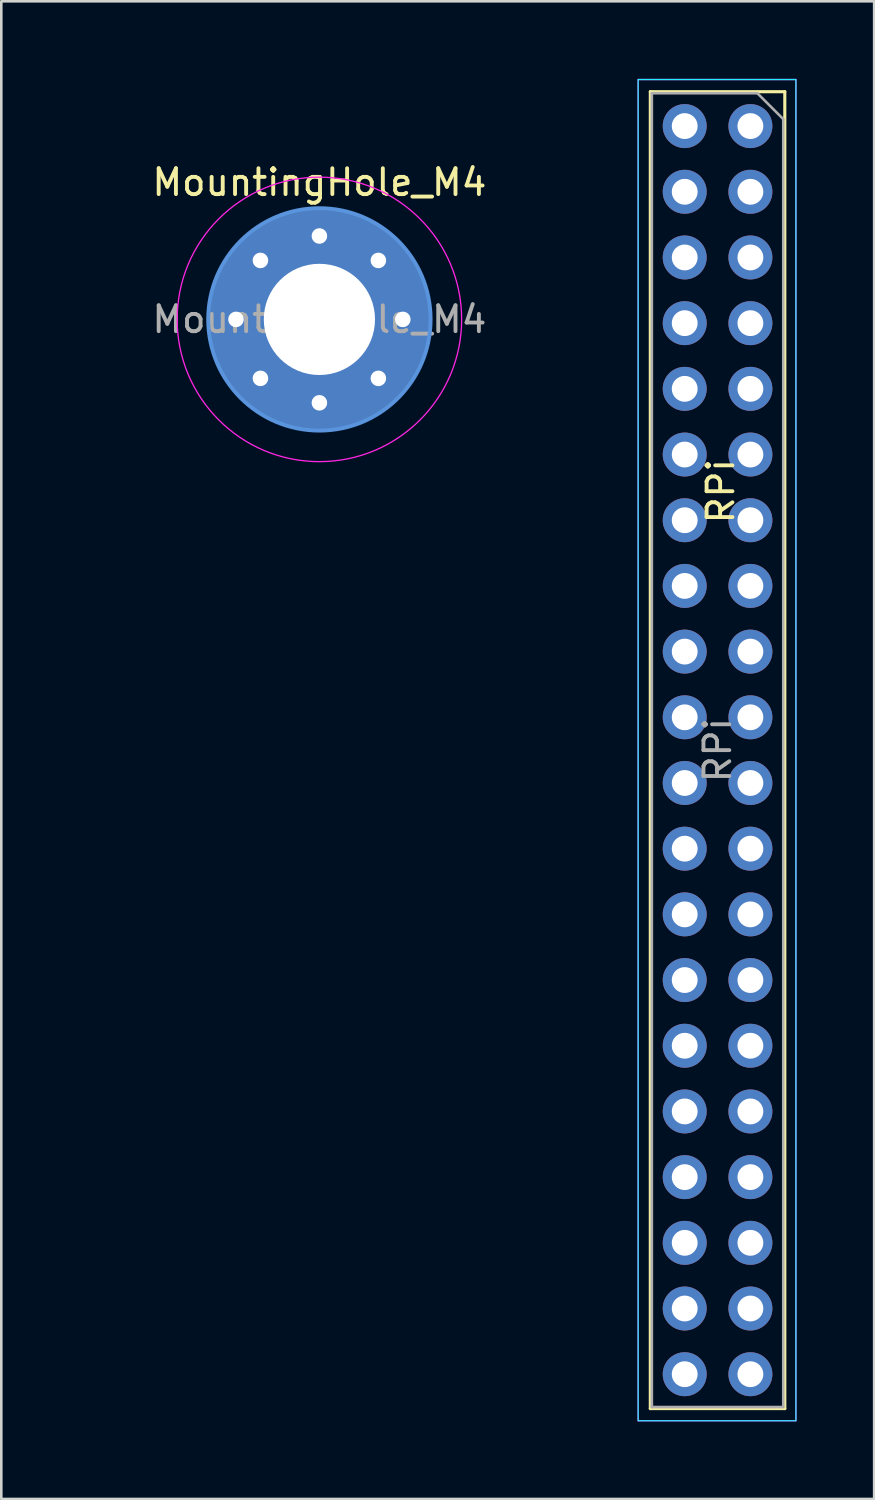
<source format=kicad_pcb>
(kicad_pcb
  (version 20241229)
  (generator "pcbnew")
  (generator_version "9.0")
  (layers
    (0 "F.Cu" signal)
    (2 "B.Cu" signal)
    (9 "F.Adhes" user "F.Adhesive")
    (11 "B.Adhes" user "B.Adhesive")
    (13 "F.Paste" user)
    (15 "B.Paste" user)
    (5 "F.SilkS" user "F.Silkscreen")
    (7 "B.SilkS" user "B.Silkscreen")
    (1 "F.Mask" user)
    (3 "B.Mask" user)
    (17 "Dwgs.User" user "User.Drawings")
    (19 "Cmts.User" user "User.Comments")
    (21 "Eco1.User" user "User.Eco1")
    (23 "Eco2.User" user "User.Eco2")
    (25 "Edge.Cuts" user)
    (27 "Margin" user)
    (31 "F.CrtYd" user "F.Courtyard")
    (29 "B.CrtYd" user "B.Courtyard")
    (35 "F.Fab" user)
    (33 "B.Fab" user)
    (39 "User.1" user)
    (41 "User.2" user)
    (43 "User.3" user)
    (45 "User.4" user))
  (footprint "MountingHole_M4"
    (layer "F.Cu")
    (at 9.3 9.3)
    (property "Reference" "MountingHole_M4" (at 0 -5.3 0) (layer "F.SilkS") (effects (font (size 1 1) (thickness 0.15))))
    (attr exclude_from_pos_files exclude_from_bom)
    (fp_circle (center 0 0) (end 4.3 0) (stroke (width 0.15) (type solid)) (fill no) (layer "Cmts.User"))
    (fp_circle (center 0 0) (end 5.5 0) (stroke (width 0.05) (type solid)) (fill no) (layer "F.CrtYd"))
    (fp_text user "${REFERENCE}" (at 0 0 0) (layer "F.Fab") (effects (font (size 1 1) (thickness 0.15))))
    (pad "1" thru_hole circle (at -3.225 0) (size 0.9 0.9) (drill 0.6) (layers "*.Cu" "*.Mask"))
    (pad "1" thru_hole circle (at -2.28 -2.28) (size 0.9 0.9) (drill 0.6) (layers "*.Cu" "*.Mask"))
    (pad "1" thru_hole circle (at -2.28 2.28) (size 0.9 0.9) (drill 0.6) (layers "*.Cu" "*.Mask"))
    (pad "1" thru_hole circle (at 0 -3.225) (size 0.9 0.9) (drill 0.6) (layers "*.Cu" "*.Mask"))
    (pad "1" thru_hole circle (at 0 0) (size 8.6 8.6) (drill 4.3) (layers "*.Cu" "*.Mask"))
    (pad "1" thru_hole circle (at 0 3.225) (size 0.9 0.9) (drill 0.6) (layers "*.Cu" "*.Mask"))
    (pad "1" thru_hole circle (at 2.28 -2.28) (size 0.9 0.9) (drill 0.6) (layers "*.Cu" "*.Mask"))
    (pad "1" thru_hole circle (at 2.28 2.28) (size 0.9 0.9) (drill 0.6) (layers "*.Cu" "*.Mask"))
    (pad "1" thru_hole circle (at 3.225 0) (size 0.9 0.9) (drill 0.6) (layers "*.Cu" "*.Mask"))
    (zone (net_name "") (layers "F.Cu" "B.Cu") (hatch edge 0.5) (connect_pads) (min_thickness 0.25) (filled_areas_thickness no) (keepout (tracks not_allowed) (vias not_allowed) (pads not_allowed) (copperpour not_allowed) (footprints allowed)) (placement (enabled no)) (fill) (polygon (pts (xy 18.6 9.3) (xy 18.58 8.692) (xy 18.52 8.086) (xy 18.421 7.486) (xy 18.283 6.893) (xy 18.106 6.311) (xy 17.892 5.741) (xy 17.641 5.187) (xy 17.354 4.65) (xy 17.033 4.133) (xy 16.678 3.639) (xy 16.292 3.168) (xy 15.876 2.724) (xy 15.432 2.308) (xy 14.961 1.922) (xy 14.467 1.567) (xy 13.95 1.246) (xy 13.413 0.959) (xy 12.859 0.708) (xy 12.289 0.494) (xy 11.707 0.317) (xy 11.114 0.179) (xy 10.514 0.08) (xy 9.908 0.02) (xy 9.3 0) (xy 8.692 0.02) (xy 8.086 0.08) (xy 7.486 0.179) (xy 6.893 0.317) (xy 6.311 0.494) (xy 5.741 0.708) (xy 5.187 0.959) (xy 4.65 1.246) (xy 4.133 1.567) (xy 3.639 1.922) (xy 3.168 2.308) (xy 2.724 2.724) (xy 2.308 3.168) (xy 1.922 3.639) (xy 1.567 4.133) (xy 1.246 4.65) (xy 0.959 5.187) (xy 0.708 5.741) (xy 0.494 6.311) (xy 0.317 6.893) (xy 0.179 7.486) (xy 0.08 8.086) (xy 0.02 8.692) (xy 0 9.3) (xy 0.02 9.908) (xy 0.08 10.514) (xy 0.179 11.114) (xy 0.317 11.707) (xy 0.494 12.289) (xy 0.708 12.859) (xy 0.959 13.413) (xy 1.246 13.95) (xy 1.567 14.467) (xy 1.922 14.961) (xy 2.308 15.432) (xy 2.724 15.876) (xy 3.168 16.292) (xy 3.639 16.678) (xy 4.133 17.033) (xy 4.65 17.354) (xy 5.187 17.641) (xy 5.741 17.892) (xy 6.311 18.106) (xy 6.893 18.283) (xy 7.486 18.421) (xy 8.086 18.52) (xy 8.692 18.58) (xy 9.3 18.6) (xy 9.908 18.58) (xy 10.514 18.52) (xy 11.114 18.421) (xy 11.707 18.283) (xy 12.289 18.106) (xy 12.859 17.892) (xy 13.413 17.641) (xy 13.95 17.354) (xy 14.467 17.033) (xy 14.961 16.678) (xy 15.432 16.292) (xy 15.876 15.876) (xy 16.292 15.432) (xy 16.678 14.961) (xy 17.033 14.467) (xy 17.354 13.95) (xy 17.641 13.413) (xy 17.892 12.859) (xy 18.106 12.289) (xy 18.283 11.707) (xy 18.421 11.114) (xy 18.52 10.514) (xy 18.58 9.908)))))
  (footprint "RPi"
    (layer "F.Cu")
    (at 25.965 1.825)
    (property "Reference" "RPi" (at -1.149 14.118 90) (layer "F.SilkS") (effects (font (size 1 1) (thickness 0.15))))
    (attr through_hole)
    (fp_line (start -3.87 -1.33) (end -3.87 49.59) (stroke (width 0.12) (type solid)) (layer "F.SilkS"))
    (fp_line (start -3.87 -1.33) (end 1.33 -1.33) (stroke (width 0.12) (type solid)) (layer "F.SilkS"))
    (fp_line (start -3.87 49.59) (end 1.33 49.59) (stroke (width 0.12) (type solid)) (layer "F.SilkS"))
    (fp_line (start 1.33 -1.33) (end 1.33 49.59) (stroke (width 0.12) (type solid)) (layer "F.SilkS"))
    (fp_rect (start -4.34 -1.8) (end 1.76 50.06) (stroke (width 0.05) (type default)) (fill no) (layer "B.CrtYd"))
    (fp_line (start -4.34 -1.8) (end 1.76 -1.8) (stroke (width 0.05) (type solid)) (layer "F.CrtYd"))
    (fp_line (start -4.34 50.06) (end -4.34 -1.8) (stroke (width 0.05) (type solid)) (layer "F.CrtYd"))
    (fp_line (start 1.76 -1.8) (end 1.76 50.06) (stroke (width 0.05) (type solid)) (layer "F.CrtYd"))
    (fp_line (start 1.76 50.06) (end -4.34 50.06) (stroke (width 0.05) (type solid)) (layer "F.CrtYd"))
    (fp_line (start -3.81 -1.27) (end 0.27 -1.27) (stroke (width 0.1) (type solid)) (layer "F.Fab"))
    (fp_line (start -3.81 49.53) (end -3.81 -1.27) (stroke (width 0.1) (type solid)) (layer "F.Fab"))
    (fp_line (start 0.27 -1.27) (end 1.27 -0.27) (stroke (width 0.1) (type solid)) (layer "F.Fab"))
    (fp_line (start 1.27 -0.27) (end 1.27 49.53) (stroke (width 0.1) (type solid)) (layer "F.Fab"))
    (fp_line (start 1.27 49.53) (end -3.81 49.53) (stroke (width 0.1) (type solid)) (layer "F.Fab"))
    (fp_text user "${REFERENCE}" (at -1.27 24.13 90) (layer "F.Fab") (effects (font (size 1 1) (thickness 0.15))))
    (pad "1" thru_hole circle (at 0 0) (size 1.7 1.7) (drill 1) (layers "*.Cu" "*.Mask"))
    (pad "2" thru_hole oval (at -2.54 0) (size 1.7 1.7) (drill 1) (layers "*.Cu" "*.Mask"))
    (pad "3" thru_hole oval (at 0 2.54) (size 1.7 1.7) (drill 1) (layers "*.Cu" "*.Mask"))
    (pad "4" thru_hole oval (at -2.54 2.54) (size 1.7 1.7) (drill 1) (layers "*.Cu" "*.Mask"))
    (pad "5" thru_hole oval (at 0 5.08) (size 1.7 1.7) (drill 1) (layers "*.Cu" "*.Mask"))
    (pad "6" thru_hole oval (at -2.54 5.08) (size 1.7 1.7) (drill 1) (layers "*.Cu" "*.Mask"))
    (pad "7" thru_hole oval (at 0 7.62) (size 1.7 1.7) (drill 1) (layers "*.Cu" "*.Mask"))
    (pad "8" thru_hole oval (at -2.54 7.62) (size 1.7 1.7) (drill 1) (layers "*.Cu" "*.Mask"))
    (pad "9" thru_hole oval (at 0 10.16) (size 1.7 1.7) (drill 1) (layers "*.Cu" "*.Mask"))
    (pad "10" thru_hole oval (at -2.54 10.16) (size 1.7 1.7) (drill 1) (layers "*.Cu" "*.Mask"))
    (pad "11" thru_hole oval (at 0 12.7) (size 1.7 1.7) (drill 1) (layers "*.Cu" "*.Mask"))
    (pad "12" thru_hole oval (at -2.54 12.7) (size 1.7 1.7) (drill 1) (layers "*.Cu" "*.Mask"))
    (pad "13" thru_hole oval (at 0 15.24) (size 1.7 1.7) (drill 1) (layers "*.Cu" "*.Mask"))
    (pad "14" thru_hole oval (at -2.54 15.24) (size 1.7 1.7) (drill 1) (layers "*.Cu" "*.Mask"))
    (pad "15" thru_hole oval (at 0 17.78) (size 1.7 1.7) (drill 1) (layers "*.Cu" "*.Mask"))
    (pad "16" thru_hole oval (at -2.54 17.78) (size 1.7 1.7) (drill 1) (layers "*.Cu" "*.Mask"))
    (pad "17" thru_hole oval (at 0 20.32) (size 1.7 1.7) (drill 1) (layers "*.Cu" "*.Mask"))
    (pad "18" thru_hole oval (at -2.54 20.32) (size 1.7 1.7) (drill 1) (layers "*.Cu" "*.Mask"))
    (pad "19" thru_hole oval (at 0 22.86) (size 1.7 1.7) (drill 1) (layers "*.Cu" "*.Mask"))
    (pad "20" thru_hole oval (at -2.54 22.86) (size 1.7 1.7) (drill 1) (layers "*.Cu" "*.Mask"))
    (pad "21" thru_hole oval (at 0 25.4) (size 1.7 1.7) (drill 1) (layers "*.Cu" "*.Mask"))
    (pad "22" thru_hole oval (at -2.54 25.4) (size 1.7 1.7) (drill 1) (layers "*.Cu" "*.Mask"))
    (pad "23" thru_hole oval (at 0 27.94) (size 1.7 1.7) (drill 1) (layers "*.Cu" "*.Mask"))
    (pad "24" thru_hole oval (at -2.54 27.94) (size 1.7 1.7) (drill 1) (layers "*.Cu" "*.Mask"))
    (pad "25" thru_hole oval (at 0 30.48) (size 1.7 1.7) (drill 1) (layers "*.Cu" "*.Mask"))
    (pad "26" thru_hole oval (at -2.54 30.48) (size 1.7 1.7) (drill 1) (layers "*.Cu" "*.Mask"))
    (pad "27" thru_hole oval (at 0 33.02) (size 1.7 1.7) (drill 1) (layers "*.Cu" "*.Mask"))
    (pad "28" thru_hole oval (at -2.54 33.02) (size 1.7 1.7) (drill 1) (layers "*.Cu" "*.Mask"))
    (pad "29" thru_hole oval (at 0 35.56) (size 1.7 1.7) (drill 1) (layers "*.Cu" "*.Mask"))
    (pad "30" thru_hole oval (at -2.54 35.56) (size 1.7 1.7) (drill 1) (layers "*.Cu" "*.Mask"))
    (pad "31" thru_hole oval (at 0 38.1) (size 1.7 1.7) (drill 1) (layers "*.Cu" "*.Mask"))
    (pad "32" thru_hole oval (at -2.54 38.1) (size 1.7 1.7) (drill 1) (layers "*.Cu" "*.Mask"))
    (pad "33" thru_hole oval (at 0 40.64) (size 1.7 1.7) (drill 1) (layers "*.Cu" "*.Mask"))
    (pad "34" thru_hole oval (at -2.54 40.64) (size 1.7 1.7) (drill 1) (layers "*.Cu" "*.Mask"))
    (pad "35" thru_hole oval (at 0 43.18) (size 1.7 1.7) (drill 1) (layers "*.Cu" "*.Mask"))
    (pad "36" thru_hole oval (at -2.54 43.18) (size 1.7 1.7) (drill 1) (layers "*.Cu" "*.Mask"))
    (pad "37" thru_hole oval (at 0 45.72) (size 1.7 1.7) (drill 1) (layers "*.Cu" "*.Mask"))
    (pad "38" thru_hole oval (at -2.54 45.72) (size 1.7 1.7) (drill 1) (layers "*.Cu" "*.Mask"))
    (pad "39" thru_hole oval (at 0 48.26) (size 1.7 1.7) (drill 1) (layers "*.Cu" "*.Mask"))
    (pad "40" thru_hole oval (at -2.54 48.26) (size 1.7 1.7) (drill 1) (layers "*.Cu" "*.Mask")))
  (gr_rect
    (start -3 -3)
    (end 30.75 54.91)
    (stroke (width 0.1) (type default))
    (fill no)
    (layer "Edge.Cuts")))
</source>
